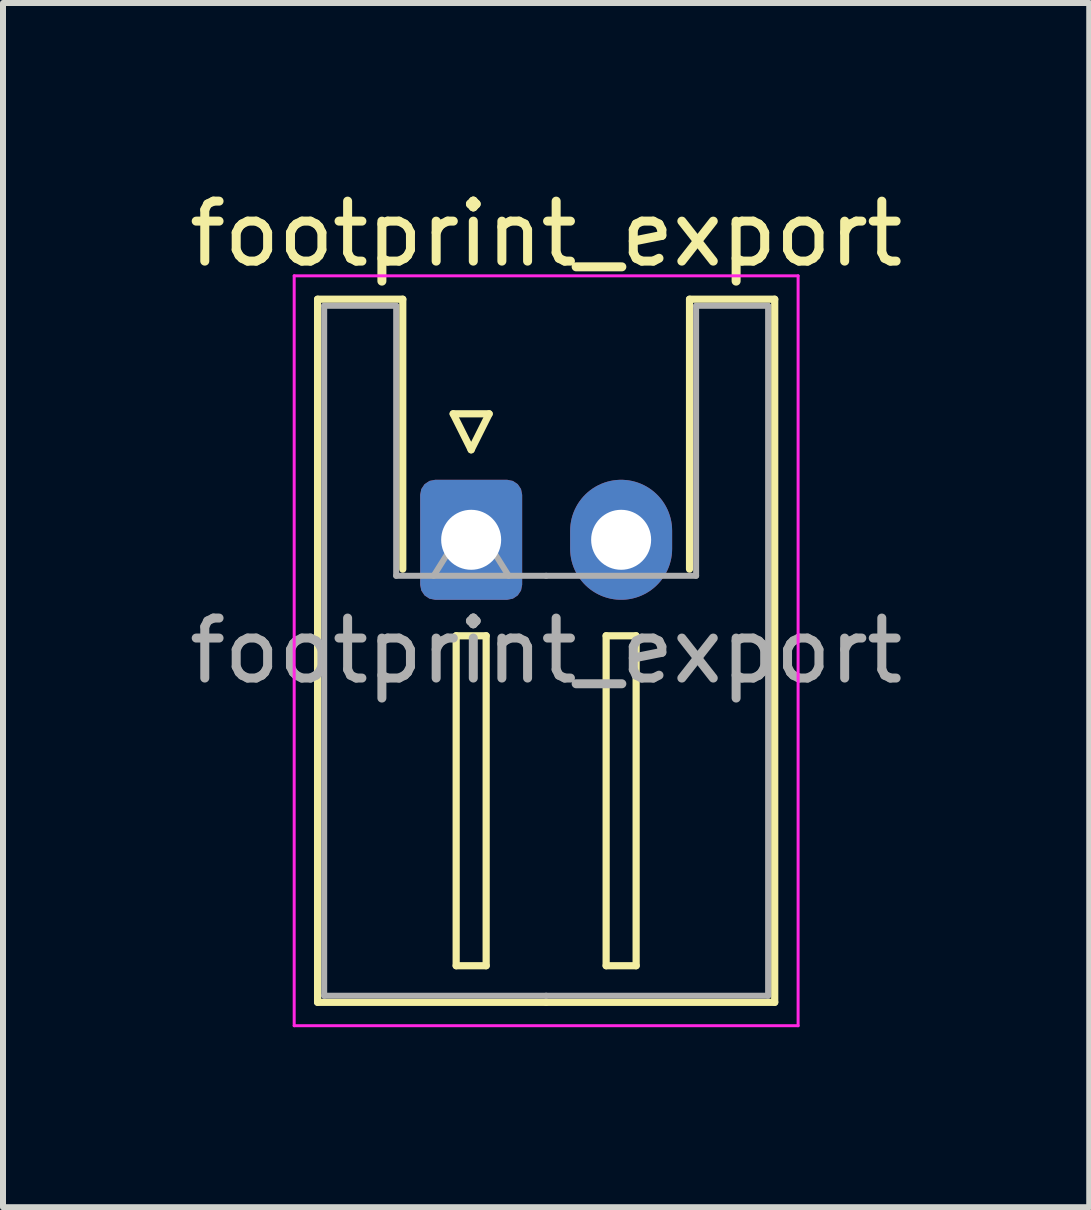
<source format=kicad_pcb>
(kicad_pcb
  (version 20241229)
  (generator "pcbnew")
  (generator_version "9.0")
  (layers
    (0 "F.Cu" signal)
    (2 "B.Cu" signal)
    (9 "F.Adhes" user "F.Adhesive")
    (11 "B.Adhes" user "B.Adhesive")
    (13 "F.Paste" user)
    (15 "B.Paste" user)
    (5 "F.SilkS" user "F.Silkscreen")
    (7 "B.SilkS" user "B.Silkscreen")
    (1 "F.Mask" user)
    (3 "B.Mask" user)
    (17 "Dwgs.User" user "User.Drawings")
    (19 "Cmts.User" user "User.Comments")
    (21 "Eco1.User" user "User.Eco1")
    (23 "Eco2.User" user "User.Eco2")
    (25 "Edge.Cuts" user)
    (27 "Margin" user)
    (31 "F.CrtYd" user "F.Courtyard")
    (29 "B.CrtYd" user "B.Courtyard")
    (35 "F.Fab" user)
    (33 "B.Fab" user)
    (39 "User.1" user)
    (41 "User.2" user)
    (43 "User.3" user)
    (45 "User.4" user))
  (footprint "footprint_export"
    (layer "F.Cu")
    (at 4.804 5.948)
    (property "Reference" "footprint_export" (at 1.25 -5.1 0) (layer "F.SilkS") (effects (font (size 1 1) (thickness 0.15))))
    (attr through_hole)
    (fp_line (start -2.56 -4.01) (end -1.14 -4.01) (stroke (width 0.12) (type solid)) (layer "F.SilkS"))
    (fp_line (start -2.56 7.71) (end -2.56 -4.01) (stroke (width 0.12) (type solid)) (layer "F.SilkS"))
    (fp_line (start -1.14 -4.01) (end -1.14 0.49) (stroke (width 0.12) (type solid)) (layer "F.SilkS"))
    (fp_line (start -0.3 -2.1) (end 0.3 -2.1) (stroke (width 0.12) (type solid)) (layer "F.SilkS"))
    (fp_line (start -0.25 1.6) (end -0.25 7.1) (stroke (width 0.12) (type solid)) (layer "F.SilkS"))
    (fp_line (start -0.25 7.1) (end 0.25 7.1) (stroke (width 0.12) (type solid)) (layer "F.SilkS"))
    (fp_line (start 0 -1.5) (end -0.3 -2.1) (stroke (width 0.12) (type solid)) (layer "F.SilkS"))
    (fp_line (start 0.25 1.6) (end -0.25 1.6) (stroke (width 0.12) (type solid)) (layer "F.SilkS"))
    (fp_line (start 0.25 7.1) (end 0.25 1.6) (stroke (width 0.12) (type solid)) (layer "F.SilkS"))
    (fp_line (start 0.3 -2.1) (end 0 -1.5) (stroke (width 0.12) (type solid)) (layer "F.SilkS"))
    (fp_line (start 1.25 7.71) (end -2.56 7.71) (stroke (width 0.12) (type solid)) (layer "F.SilkS"))
    (fp_line (start 1.25 7.71) (end 5.06 7.71) (stroke (width 0.12) (type solid)) (layer "F.SilkS"))
    (fp_line (start 2.25 1.6) (end 2.25 7.1) (stroke (width 0.12) (type solid)) (layer "F.SilkS"))
    (fp_line (start 2.25 7.1) (end 2.75 7.1) (stroke (width 0.12) (type solid)) (layer "F.SilkS"))
    (fp_line (start 2.75 1.6) (end 2.25 1.6) (stroke (width 0.12) (type solid)) (layer "F.SilkS"))
    (fp_line (start 2.75 7.1) (end 2.75 1.6) (stroke (width 0.12) (type solid)) (layer "F.SilkS"))
    (fp_line (start 3.64 -4.01) (end 3.64 0.49) (stroke (width 0.12) (type solid)) (layer "F.SilkS"))
    (fp_line (start 5.06 -4.01) (end 3.64 -4.01) (stroke (width 0.12) (type solid)) (layer "F.SilkS"))
    (fp_line (start 5.06 7.71) (end 5.06 -4.01) (stroke (width 0.12) (type solid)) (layer "F.SilkS"))
    (fp_line (start -2.95 -4.4) (end -2.95 8.1) (stroke (width 0.05) (type solid)) (layer "F.CrtYd"))
    (fp_line (start -2.95 8.1) (end 5.45 8.1) (stroke (width 0.05) (type solid)) (layer "F.CrtYd"))
    (fp_line (start 5.45 -4.4) (end -2.95 -4.4) (stroke (width 0.05) (type solid)) (layer "F.CrtYd"))
    (fp_line (start 5.45 8.1) (end 5.45 -4.4) (stroke (width 0.05) (type solid)) (layer "F.CrtYd"))
    (fp_line (start -2.45 -3.9) (end -1.25 -3.9) (stroke (width 0.1) (type solid)) (layer "F.Fab"))
    (fp_line (start -2.45 7.6) (end -2.45 -3.9) (stroke (width 0.1) (type solid)) (layer "F.Fab"))
    (fp_line (start -1.25 -3.9) (end -1.25 0.6) (stroke (width 0.1) (type solid)) (layer "F.Fab"))
    (fp_line (start -1.25 0.6) (end 1.25 0.6) (stroke (width 0.1) (type solid)) (layer "F.Fab"))
    (fp_line (start -0.625 0.6) (end 0 -0.4) (stroke (width 0.1) (type solid)) (layer "F.Fab"))
    (fp_line (start 0 -0.4) (end 0.625 0.6) (stroke (width 0.1) (type solid)) (layer "F.Fab"))
    (fp_line (start 1.25 7.6) (end -2.45 7.6) (stroke (width 0.1) (type solid)) (layer "F.Fab"))
    (fp_line (start 1.25 7.6) (end 4.95 7.6) (stroke (width 0.1) (type solid)) (layer "F.Fab"))
    (fp_line (start 3.75 -3.9) (end 3.75 0.6) (stroke (width 0.1) (type solid)) (layer "F.Fab"))
    (fp_line (start 3.75 0.6) (end 1.25 0.6) (stroke (width 0.1) (type solid)) (layer "F.Fab"))
    (fp_line (start 4.95 -3.9) (end 3.75 -3.9) (stroke (width 0.1) (type solid)) (layer "F.Fab"))
    (fp_line (start 4.95 7.6) (end 4.95 -3.9) (stroke (width 0.1) (type solid)) (layer "F.Fab"))
    (fp_text user "${REFERENCE}" (at 1.25 1.85 0) (layer "F.Fab") (effects (font (size 1 1) (thickness 0.15))))
    (pad "1" thru_hole roundrect (at 0 0) (size 1.7 2) (drill 1) (layers "*.Cu" "*.Mask") (roundrect_rratio 0.147))
    (pad "2" thru_hole oval (at 2.5 0) (size 1.7 2) (drill 1) (layers "*.Cu" "*.Mask")))
  (gr_rect
    (start -3 -3)
    (end 15.107 17.073)
    (stroke (width 0.1) (type default))
    (fill no)
    (layer "Edge.Cuts")))
</source>
